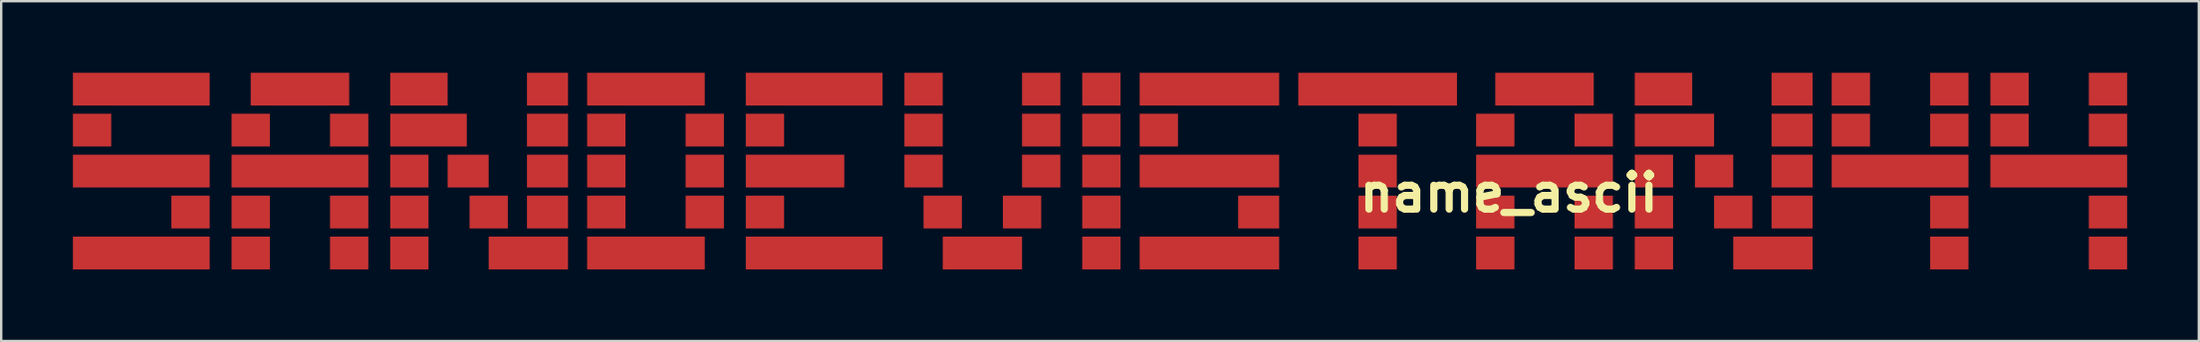
<source format=kicad_pcb>
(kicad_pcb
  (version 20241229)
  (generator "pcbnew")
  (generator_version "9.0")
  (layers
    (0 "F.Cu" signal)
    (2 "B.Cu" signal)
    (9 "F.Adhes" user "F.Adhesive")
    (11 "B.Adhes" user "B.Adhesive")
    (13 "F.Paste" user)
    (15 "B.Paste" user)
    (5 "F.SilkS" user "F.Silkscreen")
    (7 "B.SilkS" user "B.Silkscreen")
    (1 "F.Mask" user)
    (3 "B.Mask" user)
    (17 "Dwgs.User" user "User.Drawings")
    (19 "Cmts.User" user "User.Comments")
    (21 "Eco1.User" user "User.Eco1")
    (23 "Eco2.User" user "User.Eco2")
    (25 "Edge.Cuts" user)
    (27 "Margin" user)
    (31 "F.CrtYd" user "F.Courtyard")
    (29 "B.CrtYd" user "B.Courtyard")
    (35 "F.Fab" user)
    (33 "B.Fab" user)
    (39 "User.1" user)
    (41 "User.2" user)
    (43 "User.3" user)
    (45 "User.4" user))
  (footprint "name_ascii"
    (layer "F.Cu")
    (at 60.068 5.034)
    (property "Reference" "name_ascii" (at 0 0 0) (layer "F.SilkS") (effects (font (size 1.5 1.5) (thickness 0.3))))
    (attr board_only exclude_from_pos_files exclude_from_bom)
    (fp_poly (pts (xy -58.466 -2.632) (xy -58.466 -1.945) (xy -59.267 -1.945) (xy -60.068 -1.945) (xy -60.068 -2.632) (xy -60.068 -3.318) (xy -59.267 -3.318) (xy -58.466 -3.318)) (stroke (width 0) (type solid)) (fill yes) (layer "F.Cu"))
    (fp_poly (pts (xy -54.347 -4.348) (xy -54.347 -3.661) (xy -57.207 -3.661) (xy -60.068 -3.661) (xy -60.068 -4.348) (xy -60.068 -5.034) (xy -57.207 -5.034) (xy -54.347 -5.034)) (stroke (width 0) (type solid)) (fill yes) (layer "F.Cu"))
    (fp_poly (pts (xy -54.347 -0.915) (xy -54.347 -0.229) (xy -57.207 -0.229) (xy -60.068 -0.229) (xy -60.068 -0.915) (xy -60.068 -1.602) (xy -57.207 -1.602) (xy -54.347 -1.602)) (stroke (width 0) (type solid)) (fill yes) (layer "F.Cu"))
    (fp_poly (pts (xy -54.347 0.801) (xy -54.347 1.487) (xy -55.148 1.487) (xy -55.949 1.487) (xy -55.949 0.801) (xy -55.949 0.114) (xy -55.148 0.114) (xy -54.347 0.114)) (stroke (width 0) (type solid)) (fill yes) (layer "F.Cu"))
    (fp_poly (pts (xy -54.347 2.517) (xy -54.347 3.204) (xy -57.207 3.204) (xy -60.068 3.204) (xy -60.068 2.517) (xy -60.068 1.831) (xy -57.207 1.831) (xy -54.347 1.831)) (stroke (width 0) (type solid)) (fill yes) (layer "F.Cu"))
    (fp_poly (pts (xy -51.83 -2.632) (xy -51.83 -1.945) (xy -52.631 -1.945) (xy -53.432 -1.945) (xy -53.432 -2.632) (xy -53.432 -3.318) (xy -52.631 -3.318) (xy -51.83 -3.318)) (stroke (width 0) (type solid)) (fill yes) (layer "F.Cu"))
    (fp_poly (pts (xy -51.83 0.801) (xy -51.83 1.487) (xy -52.631 1.487) (xy -53.432 1.487) (xy -53.432 0.801) (xy -53.432 0.114) (xy -52.631 0.114) (xy -51.83 0.114)) (stroke (width 0) (type solid)) (fill yes) (layer "F.Cu"))
    (fp_poly (pts (xy -51.83 2.517) (xy -51.83 3.204) (xy -52.631 3.204) (xy -53.432 3.204) (xy -53.432 2.517) (xy -53.432 1.831) (xy -52.631 1.831) (xy -51.83 1.831)) (stroke (width 0) (type solid)) (fill yes) (layer "F.Cu"))
    (fp_poly (pts (xy -48.512 -4.348) (xy -48.512 -3.661) (xy -50.571 -3.661) (xy -52.631 -3.661) (xy -52.631 -4.348) (xy -52.631 -5.034) (xy -50.571 -5.034) (xy -48.512 -5.034)) (stroke (width 0) (type solid)) (fill yes) (layer "F.Cu"))
    (fp_poly (pts (xy -47.711 -2.632) (xy -47.711 -1.945) (xy -48.512 -1.945) (xy -49.313 -1.945) (xy -49.313 -2.632) (xy -49.313 -3.318) (xy -48.512 -3.318) (xy -47.711 -3.318)) (stroke (width 0) (type solid)) (fill yes) (layer "F.Cu"))
    (fp_poly (pts (xy -47.711 -0.915) (xy -47.711 -0.229) (xy -50.571 -0.229) (xy -53.432 -0.229) (xy -53.432 -0.915) (xy -53.432 -1.602) (xy -50.571 -1.602) (xy -47.711 -1.602)) (stroke (width 0) (type solid)) (fill yes) (layer "F.Cu"))
    (fp_poly (pts (xy -47.711 0.801) (xy -47.711 1.487) (xy -48.512 1.487) (xy -49.313 1.487) (xy -49.313 0.801) (xy -49.313 0.114) (xy -48.512 0.114) (xy -47.711 0.114)) (stroke (width 0) (type solid)) (fill yes) (layer "F.Cu"))
    (fp_poly (pts (xy -47.711 2.517) (xy -47.711 3.204) (xy -48.512 3.204) (xy -49.313 3.204) (xy -49.313 2.517) (xy -49.313 1.831) (xy -48.512 1.831) (xy -47.711 1.831)) (stroke (width 0) (type solid)) (fill yes) (layer "F.Cu"))
    (fp_poly (pts (xy -45.194 -0.915) (xy -45.194 -0.229) (xy -45.995 -0.229) (xy -46.795 -0.229) (xy -46.795 -0.915) (xy -46.795 -1.602) (xy -45.995 -1.602) (xy -45.194 -1.602)) (stroke (width 0) (type solid)) (fill yes) (layer "F.Cu"))
    (fp_poly (pts (xy -45.194 0.801) (xy -45.194 1.487) (xy -45.995 1.487) (xy -46.795 1.487) (xy -46.795 0.801) (xy -46.795 0.114) (xy -45.995 0.114) (xy -45.194 0.114)) (stroke (width 0) (type solid)) (fill yes) (layer "F.Cu"))
    (fp_poly (pts (xy -45.194 2.517) (xy -45.194 3.204) (xy -45.995 3.204) (xy -46.795 3.204) (xy -46.795 2.517) (xy -46.795 1.831) (xy -45.995 1.831) (xy -45.194 1.831)) (stroke (width 0) (type solid)) (fill yes) (layer "F.Cu"))
    (fp_poly (pts (xy -44.393 -4.348) (xy -44.393 -3.661) (xy -45.594 -3.661) (xy -46.795 -3.661) (xy -46.795 -4.348) (xy -46.795 -5.034) (xy -45.594 -5.034) (xy -44.393 -5.034)) (stroke (width 0) (type solid)) (fill yes) (layer "F.Cu"))
    (fp_poly (pts (xy -43.592 -2.632) (xy -43.592 -1.945) (xy -45.194 -1.945) (xy -46.795 -1.945) (xy -46.795 -2.632) (xy -46.795 -3.318) (xy -45.194 -3.318) (xy -43.592 -3.318)) (stroke (width 0) (type solid)) (fill yes) (layer "F.Cu"))
    (fp_poly (pts (xy -42.677 -0.915) (xy -42.677 -0.229) (xy -43.535 -0.229) (xy -44.393 -0.229) (xy -44.393 -0.915) (xy -44.393 -1.602) (xy -43.535 -1.602) (xy -42.677 -1.602)) (stroke (width 0) (type solid)) (fill yes) (layer "F.Cu"))
    (fp_poly (pts (xy -41.876 0.801) (xy -41.876 1.487) (xy -42.677 1.487) (xy -43.477 1.487) (xy -43.477 0.801) (xy -43.477 0.114) (xy -42.677 0.114) (xy -41.876 0.114)) (stroke (width 0) (type solid)) (fill yes) (layer "F.Cu"))
    (fp_poly (pts (xy -39.359 -4.348) (xy -39.359 -3.661) (xy -40.217 -3.661) (xy -41.075 -3.661) (xy -41.075 -4.348) (xy -41.075 -5.034) (xy -40.217 -5.034) (xy -39.359 -5.034)) (stroke (width 0) (type solid)) (fill yes) (layer "F.Cu"))
    (fp_poly (pts (xy -39.359 -2.632) (xy -39.359 -1.945) (xy -40.217 -1.945) (xy -41.075 -1.945) (xy -41.075 -2.632) (xy -41.075 -3.318) (xy -40.217 -3.318) (xy -39.359 -3.318)) (stroke (width 0) (type solid)) (fill yes) (layer "F.Cu"))
    (fp_poly (pts (xy -39.359 -0.915) (xy -39.359 -0.229) (xy -40.217 -0.229) (xy -41.075 -0.229) (xy -41.075 -0.915) (xy -41.075 -1.602) (xy -40.217 -1.602) (xy -39.359 -1.602)) (stroke (width 0) (type solid)) (fill yes) (layer "F.Cu"))
    (fp_poly (pts (xy -39.359 0.801) (xy -39.359 1.487) (xy -40.217 1.487) (xy -41.075 1.487) (xy -41.075 0.801) (xy -41.075 0.114) (xy -40.217 0.114) (xy -39.359 0.114)) (stroke (width 0) (type solid)) (fill yes) (layer "F.Cu"))
    (fp_poly (pts (xy -39.359 2.517) (xy -39.359 3.204) (xy -41.018 3.204) (xy -42.677 3.204) (xy -42.677 2.517) (xy -42.677 1.831) (xy -41.018 1.831) (xy -39.359 1.831)) (stroke (width 0) (type solid)) (fill yes) (layer "F.Cu"))
    (fp_poly (pts (xy -36.956 -2.632) (xy -36.956 -1.945) (xy -37.757 -1.945) (xy -38.558 -1.945) (xy -38.558 -2.632) (xy -38.558 -3.318) (xy -37.757 -3.318) (xy -36.956 -3.318)) (stroke (width 0) (type solid)) (fill yes) (layer "F.Cu"))
    (fp_poly (pts (xy -36.956 -0.915) (xy -36.956 -0.229) (xy -37.757 -0.229) (xy -38.558 -0.229) (xy -38.558 -0.915) (xy -38.558 -1.602) (xy -37.757 -1.602) (xy -36.956 -1.602)) (stroke (width 0) (type solid)) (fill yes) (layer "F.Cu"))
    (fp_poly (pts (xy -36.956 0.801) (xy -36.956 1.487) (xy -37.757 1.487) (xy -38.558 1.487) (xy -38.558 0.801) (xy -38.558 0.114) (xy -37.757 0.114) (xy -36.956 0.114)) (stroke (width 0) (type solid)) (fill yes) (layer "F.Cu"))
    (fp_poly (pts (xy -33.638 -4.348) (xy -33.638 -3.661) (xy -36.098 -3.661) (xy -38.558 -3.661) (xy -38.558 -4.348) (xy -38.558 -5.034) (xy -36.098 -5.034) (xy -33.638 -5.034)) (stroke (width 0) (type solid)) (fill yes) (layer "F.Cu"))
    (fp_poly (pts (xy -33.638 2.517) (xy -33.638 3.204) (xy -36.098 3.204) (xy -38.558 3.204) (xy -38.558 2.517) (xy -38.558 1.831) (xy -36.098 1.831) (xy -33.638 1.831)) (stroke (width 0) (type solid)) (fill yes) (layer "F.Cu"))
    (fp_poly (pts (xy -32.837 -2.632) (xy -32.837 -1.945) (xy -33.638 -1.945) (xy -34.439 -1.945) (xy -34.439 -2.632) (xy -34.439 -3.318) (xy -33.638 -3.318) (xy -32.837 -3.318)) (stroke (width 0) (type solid)) (fill yes) (layer "F.Cu"))
    (fp_poly (pts (xy -32.837 -0.915) (xy -32.837 -0.229) (xy -33.638 -0.229) (xy -34.439 -0.229) (xy -34.439 -0.915) (xy -34.439 -1.602) (xy -33.638 -1.602) (xy -32.837 -1.602)) (stroke (width 0) (type solid)) (fill yes) (layer "F.Cu"))
    (fp_poly (pts (xy -32.837 0.801) (xy -32.837 1.487) (xy -33.638 1.487) (xy -34.439 1.487) (xy -34.439 0.801) (xy -34.439 0.114) (xy -33.638 0.114) (xy -32.837 0.114)) (stroke (width 0) (type solid)) (fill yes) (layer "F.Cu"))
    (fp_poly (pts (xy -30.32 -2.632) (xy -30.32 -1.945) (xy -31.121 -1.945) (xy -31.922 -1.945) (xy -31.922 -2.632) (xy -31.922 -3.318) (xy -31.121 -3.318) (xy -30.32 -3.318)) (stroke (width 0) (type solid)) (fill yes) (layer "F.Cu"))
    (fp_poly (pts (xy -30.32 0.801) (xy -30.32 1.487) (xy -31.121 1.487) (xy -31.922 1.487) (xy -31.922 0.801) (xy -31.922 0.114) (xy -31.121 0.114) (xy -30.32 0.114)) (stroke (width 0) (type solid)) (fill yes) (layer "F.Cu"))
    (fp_poly (pts (xy -27.803 -0.915) (xy -27.803 -0.229) (xy -29.862 -0.229) (xy -31.922 -0.229) (xy -31.922 -0.915) (xy -31.922 -1.602) (xy -29.862 -1.602) (xy -27.803 -1.602)) (stroke (width 0) (type solid)) (fill yes) (layer "F.Cu"))
    (fp_poly (pts (xy -26.201 -4.348) (xy -26.201 -3.661) (xy -29.061 -3.661) (xy -31.922 -3.661) (xy -31.922 -4.348) (xy -31.922 -5.034) (xy -29.061 -5.034) (xy -26.201 -5.034)) (stroke (width 0) (type solid)) (fill yes) (layer "F.Cu"))
    (fp_poly (pts (xy -26.201 2.517) (xy -26.201 3.204) (xy -29.061 3.204) (xy -31.922 3.204) (xy -31.922 2.517) (xy -31.922 1.831) (xy -29.061 1.831) (xy -26.201 1.831)) (stroke (width 0) (type solid)) (fill yes) (layer "F.Cu"))
    (fp_poly (pts (xy -23.684 -4.348) (xy -23.684 -3.661) (xy -24.485 -3.661) (xy -25.286 -3.661) (xy -25.286 -4.348) (xy -25.286 -5.034) (xy -24.485 -5.034) (xy -23.684 -5.034)) (stroke (width 0) (type solid)) (fill yes) (layer "F.Cu"))
    (fp_poly (pts (xy -23.684 -2.632) (xy -23.684 -1.945) (xy -24.485 -1.945) (xy -25.286 -1.945) (xy -25.286 -2.632) (xy -25.286 -3.318) (xy -24.485 -3.318) (xy -23.684 -3.318)) (stroke (width 0) (type solid)) (fill yes) (layer "F.Cu"))
    (fp_poly (pts (xy -23.684 -0.915) (xy -23.684 -0.229) (xy -24.485 -0.229) (xy -25.286 -0.229) (xy -25.286 -0.915) (xy -25.286 -1.602) (xy -24.485 -1.602) (xy -23.684 -1.602)) (stroke (width 0) (type solid)) (fill yes) (layer "F.Cu"))
    (fp_poly (pts (xy -22.883 0.801) (xy -22.883 1.487) (xy -23.684 1.487) (xy -24.485 1.487) (xy -24.485 0.801) (xy -24.485 0.114) (xy -23.684 0.114) (xy -22.883 0.114)) (stroke (width 0) (type solid)) (fill yes) (layer "F.Cu"))
    (fp_poly (pts (xy -20.366 2.517) (xy -20.366 3.204) (xy -22.025 3.204) (xy -23.684 3.204) (xy -23.684 2.517) (xy -23.684 1.831) (xy -22.025 1.831) (xy -20.366 1.831)) (stroke (width 0) (type solid)) (fill yes) (layer "F.Cu"))
    (fp_poly (pts (xy -19.565 0.801) (xy -19.565 1.487) (xy -20.366 1.487) (xy -21.167 1.487) (xy -21.167 0.801) (xy -21.167 0.114) (xy -20.366 0.114) (xy -19.565 0.114)) (stroke (width 0) (type solid)) (fill yes) (layer "F.Cu"))
    (fp_poly (pts (xy -18.764 -4.348) (xy -18.764 -3.661) (xy -19.565 -3.661) (xy -20.366 -3.661) (xy -20.366 -4.348) (xy -20.366 -5.034) (xy -19.565 -5.034) (xy -18.764 -5.034)) (stroke (width 0) (type solid)) (fill yes) (layer "F.Cu"))
    (fp_poly (pts (xy -18.764 -2.632) (xy -18.764 -1.945) (xy -19.565 -1.945) (xy -20.366 -1.945) (xy -20.366 -2.632) (xy -20.366 -3.318) (xy -19.565 -3.318) (xy -18.764 -3.318)) (stroke (width 0) (type solid)) (fill yes) (layer "F.Cu"))
    (fp_poly (pts (xy -18.764 -0.915) (xy -18.764 -0.229) (xy -19.565 -0.229) (xy -20.366 -0.229) (xy -20.366 -0.915) (xy -20.366 -1.602) (xy -19.565 -1.602) (xy -18.764 -1.602)) (stroke (width 0) (type solid)) (fill yes) (layer "F.Cu"))
    (fp_poly (pts (xy -16.247 -4.348) (xy -16.247 -3.661) (xy -17.048 -3.661) (xy -17.849 -3.661) (xy -17.849 -4.348) (xy -17.849 -5.034) (xy -17.048 -5.034) (xy -16.247 -5.034)) (stroke (width 0) (type solid)) (fill yes) (layer "F.Cu"))
    (fp_poly (pts (xy -16.247 -2.632) (xy -16.247 -1.945) (xy -17.048 -1.945) (xy -17.849 -1.945) (xy -17.849 -2.632) (xy -17.849 -3.318) (xy -17.048 -3.318) (xy -16.247 -3.318)) (stroke (width 0) (type solid)) (fill yes) (layer "F.Cu"))
    (fp_poly (pts (xy -16.247 -0.915) (xy -16.247 -0.229) (xy -17.048 -0.229) (xy -17.849 -0.229) (xy -17.849 -0.915) (xy -17.849 -1.602) (xy -17.048 -1.602) (xy -16.247 -1.602)) (stroke (width 0) (type solid)) (fill yes) (layer "F.Cu"))
    (fp_poly (pts (xy -16.247 0.801) (xy -16.247 1.487) (xy -17.048 1.487) (xy -17.849 1.487) (xy -17.849 0.801) (xy -17.849 0.114) (xy -17.048 0.114) (xy -16.247 0.114)) (stroke (width 0) (type solid)) (fill yes) (layer "F.Cu"))
    (fp_poly (pts (xy -16.247 2.517) (xy -16.247 3.204) (xy -17.048 3.204) (xy -17.849 3.204) (xy -17.849 2.517) (xy -17.849 1.831) (xy -17.048 1.831) (xy -16.247 1.831)) (stroke (width 0) (type solid)) (fill yes) (layer "F.Cu"))
    (fp_poly (pts (xy -13.844 -2.632) (xy -13.844 -1.945) (xy -14.645 -1.945) (xy -15.446 -1.945) (xy -15.446 -2.632) (xy -15.446 -3.318) (xy -14.645 -3.318) (xy -13.844 -3.318)) (stroke (width 0) (type solid)) (fill yes) (layer "F.Cu"))
    (fp_poly (pts (xy -9.611 -4.348) (xy -9.611 -3.661) (xy -12.528 -3.661) (xy -15.446 -3.661) (xy -15.446 -4.348) (xy -15.446 -5.034) (xy -12.528 -5.034) (xy -9.611 -5.034)) (stroke (width 0) (type solid)) (fill yes) (layer "F.Cu"))
    (fp_poly (pts (xy -9.611 -0.915) (xy -9.611 -0.229) (xy -12.528 -0.229) (xy -15.446 -0.229) (xy -15.446 -0.915) (xy -15.446 -1.602) (xy -12.528 -1.602) (xy -9.611 -1.602)) (stroke (width 0) (type solid)) (fill yes) (layer "F.Cu"))
    (fp_poly (pts (xy -9.611 0.801) (xy -9.611 1.487) (xy -10.469 1.487) (xy -11.327 1.487) (xy -11.327 0.801) (xy -11.327 0.114) (xy -10.469 0.114) (xy -9.611 0.114)) (stroke (width 0) (type solid)) (fill yes) (layer "F.Cu"))
    (fp_poly (pts (xy -9.611 2.517) (xy -9.611 3.204) (xy -12.528 3.204) (xy -15.446 3.204) (xy -15.446 2.517) (xy -15.446 1.831) (xy -12.528 1.831) (xy -9.611 1.831)) (stroke (width 0) (type solid)) (fill yes) (layer "F.Cu"))
    (fp_poly (pts (xy -4.691 -2.632) (xy -4.691 -1.945) (xy -5.492 -1.945) (xy -6.293 -1.945) (xy -6.293 -2.632) (xy -6.293 -3.318) (xy -5.492 -3.318) (xy -4.691 -3.318)) (stroke (width 0) (type solid)) (fill yes) (layer "F.Cu"))
    (fp_poly (pts (xy -4.691 -0.915) (xy -4.691 -0.229) (xy -5.492 -0.229) (xy -6.293 -0.229) (xy -6.293 -0.915) (xy -6.293 -1.602) (xy -5.492 -1.602) (xy -4.691 -1.602)) (stroke (width 0) (type solid)) (fill yes) (layer "F.Cu"))
    (fp_poly (pts (xy -4.691 0.801) (xy -4.691 1.487) (xy -5.492 1.487) (xy -6.293 1.487) (xy -6.293 0.801) (xy -6.293 0.114) (xy -5.492 0.114) (xy -4.691 0.114)) (stroke (width 0) (type solid)) (fill yes) (layer "F.Cu"))
    (fp_poly (pts (xy -4.691 2.517) (xy -4.691 3.204) (xy -5.492 3.204) (xy -6.293 3.204) (xy -6.293 2.517) (xy -6.293 1.831) (xy -5.492 1.831) (xy -4.691 1.831)) (stroke (width 0) (type solid)) (fill yes) (layer "F.Cu"))
    (fp_poly (pts (xy -2.174 -4.348) (xy -2.174 -3.661) (xy -5.492 -3.661) (xy -8.81 -3.661) (xy -8.81 -4.348) (xy -8.81 -5.034) (xy -5.492 -5.034) (xy -2.174 -5.034)) (stroke (width 0) (type solid)) (fill yes) (layer "F.Cu"))
    (fp_poly (pts (xy 0.229 -2.632) (xy 0.229 -1.945) (xy -0.572 -1.945) (xy -1.373 -1.945) (xy -1.373 -2.632) (xy -1.373 -3.318) (xy -0.572 -3.318) (xy 0.229 -3.318)) (stroke (width 0) (type solid)) (fill yes) (layer "F.Cu"))
    (fp_poly (pts (xy 0.229 0.801) (xy 0.229 1.487) (xy -0.572 1.487) (xy -1.373 1.487) (xy -1.373 0.801) (xy -1.373 0.114) (xy -0.572 0.114) (xy 0.229 0.114)) (stroke (width 0) (type solid)) (fill yes) (layer "F.Cu"))
    (fp_poly (pts (xy 0.229 2.517) (xy 0.229 3.204) (xy -0.572 3.204) (xy -1.373 3.204) (xy -1.373 2.517) (xy -1.373 1.831) (xy -0.572 1.831) (xy 0.229 1.831)) (stroke (width 0) (type solid)) (fill yes) (layer "F.Cu"))
    (fp_poly (pts (xy 3.547 -4.348) (xy 3.547 -3.661) (xy 1.487 -3.661) (xy -0.572 -3.661) (xy -0.572 -4.348) (xy -0.572 -5.034) (xy 1.487 -5.034) (xy 3.547 -5.034)) (stroke (width 0) (type solid)) (fill yes) (layer "F.Cu"))
    (fp_poly (pts (xy 4.348 -2.632) (xy 4.348 -1.945) (xy 3.547 -1.945) (xy 2.746 -1.945) (xy 2.746 -2.632) (xy 2.746 -3.318) (xy 3.547 -3.318) (xy 4.348 -3.318)) (stroke (width 0) (type solid)) (fill yes) (layer "F.Cu"))
    (fp_poly (pts (xy 4.348 -0.915) (xy 4.348 -0.229) (xy 1.487 -0.229) (xy -1.373 -0.229) (xy -1.373 -0.915) (xy -1.373 -1.602) (xy 1.487 -1.602) (xy 4.348 -1.602)) (stroke (width 0) (type solid)) (fill yes) (layer "F.Cu"))
    (fp_poly (pts (xy 4.348 0.801) (xy 4.348 1.487) (xy 3.547 1.487) (xy 2.746 1.487) (xy 2.746 0.801) (xy 2.746 0.114) (xy 3.547 0.114) (xy 4.348 0.114)) (stroke (width 0) (type solid)) (fill yes) (layer "F.Cu"))
    (fp_poly (pts (xy 4.348 2.517) (xy 4.348 3.204) (xy 3.547 3.204) (xy 2.746 3.204) (xy 2.746 2.517) (xy 2.746 1.831) (xy 3.547 1.831) (xy 4.348 1.831)) (stroke (width 0) (type solid)) (fill yes) (layer "F.Cu"))
    (fp_poly (pts (xy 6.865 -0.915) (xy 6.865 -0.229) (xy 6.064 -0.229) (xy 5.263 -0.229) (xy 5.263 -0.915) (xy 5.263 -1.602) (xy 6.064 -1.602) (xy 6.865 -1.602)) (stroke (width 0) (type solid)) (fill yes) (layer "F.Cu"))
    (fp_poly (pts (xy 6.865 0.801) (xy 6.865 1.487) (xy 6.064 1.487) (xy 5.263 1.487) (xy 5.263 0.801) (xy 5.263 0.114) (xy 6.064 0.114) (xy 6.865 0.114)) (stroke (width 0) (type solid)) (fill yes) (layer "F.Cu"))
    (fp_poly (pts (xy 6.865 2.517) (xy 6.865 3.204) (xy 6.064 3.204) (xy 5.263 3.204) (xy 5.263 2.517) (xy 5.263 1.831) (xy 6.064 1.831) (xy 6.865 1.831)) (stroke (width 0) (type solid)) (fill yes) (layer "F.Cu"))
    (fp_poly (pts (xy 7.666 -4.348) (xy 7.666 -3.661) (xy 6.464 -3.661) (xy 5.263 -3.661) (xy 5.263 -4.348) (xy 5.263 -5.034) (xy 6.464 -5.034) (xy 7.666 -5.034)) (stroke (width 0) (type solid)) (fill yes) (layer "F.Cu"))
    (fp_poly (pts (xy 8.581 -2.632) (xy 8.581 -1.945) (xy 6.922 -1.945) (xy 5.263 -1.945) (xy 5.263 -2.632) (xy 5.263 -3.318) (xy 6.922 -3.318) (xy 8.581 -3.318)) (stroke (width 0) (type solid)) (fill yes) (layer "F.Cu"))
    (fp_poly (pts (xy 9.382 -0.915) (xy 9.382 -0.229) (xy 8.581 -0.229) (xy 7.78 -0.229) (xy 7.78 -0.915) (xy 7.78 -1.602) (xy 8.581 -1.602) (xy 9.382 -1.602)) (stroke (width 0) (type solid)) (fill yes) (layer "F.Cu"))
    (fp_poly (pts (xy 10.183 0.801) (xy 10.183 1.487) (xy 9.382 1.487) (xy 8.581 1.487) (xy 8.581 0.801) (xy 8.581 0.114) (xy 9.382 0.114) (xy 10.183 0.114)) (stroke (width 0) (type solid)) (fill yes) (layer "F.Cu"))
    (fp_poly (pts (xy 12.7 -4.348) (xy 12.7 -3.661) (xy 11.842 -3.661) (xy 10.984 -3.661) (xy 10.984 -4.348) (xy 10.984 -5.034) (xy 11.842 -5.034) (xy 12.7 -5.034)) (stroke (width 0) (type solid)) (fill yes) (layer "F.Cu"))
    (fp_poly (pts (xy 12.7 -2.632) (xy 12.7 -1.945) (xy 11.842 -1.945) (xy 10.984 -1.945) (xy 10.984 -2.632) (xy 10.984 -3.318) (xy 11.842 -3.318) (xy 12.7 -3.318)) (stroke (width 0) (type solid)) (fill yes) (layer "F.Cu"))
    (fp_poly (pts (xy 12.7 -0.915) (xy 12.7 -0.229) (xy 11.842 -0.229) (xy 10.984 -0.229) (xy 10.984 -0.915) (xy 10.984 -1.602) (xy 11.842 -1.602) (xy 12.7 -1.602)) (stroke (width 0) (type solid)) (fill yes) (layer "F.Cu"))
    (fp_poly (pts (xy 12.7 0.801) (xy 12.7 1.487) (xy 11.842 1.487) (xy 10.984 1.487) (xy 10.984 0.801) (xy 10.984 0.114) (xy 11.842 0.114) (xy 12.7 0.114)) (stroke (width 0) (type solid)) (fill yes) (layer "F.Cu"))
    (fp_poly (pts (xy 12.7 2.517) (xy 12.7 3.204) (xy 11.041 3.204) (xy 9.382 3.204) (xy 9.382 2.517) (xy 9.382 1.831) (xy 11.041 1.831) (xy 12.7 1.831)) (stroke (width 0) (type solid)) (fill yes) (layer "F.Cu"))
    (fp_poly (pts (xy 15.103 -4.348) (xy 15.103 -3.661) (xy 14.302 -3.661) (xy 13.501 -3.661) (xy 13.501 -4.348) (xy 13.501 -5.034) (xy 14.302 -5.034) (xy 15.103 -5.034)) (stroke (width 0) (type solid)) (fill yes) (layer "F.Cu"))
    (fp_poly (pts (xy 15.103 -2.632) (xy 15.103 -1.945) (xy 14.302 -1.945) (xy 13.501 -1.945) (xy 13.501 -2.632) (xy 13.501 -3.318) (xy 14.302 -3.318) (xy 15.103 -3.318)) (stroke (width 0) (type solid)) (fill yes) (layer "F.Cu"))
    (fp_poly (pts (xy 19.222 -4.348) (xy 19.222 -3.661) (xy 18.421 -3.661) (xy 17.62 -3.661) (xy 17.62 -4.348) (xy 17.62 -5.034) (xy 18.421 -5.034) (xy 19.222 -5.034)) (stroke (width 0) (type solid)) (fill yes) (layer "F.Cu"))
    (fp_poly (pts (xy 19.222 -2.632) (xy 19.222 -1.945) (xy 18.421 -1.945) (xy 17.62 -1.945) (xy 17.62 -2.632) (xy 17.62 -3.318) (xy 18.421 -3.318) (xy 19.222 -3.318)) (stroke (width 0) (type solid)) (fill yes) (layer "F.Cu"))
    (fp_poly (pts (xy 19.222 -0.915) (xy 19.222 -0.229) (xy 16.361 -0.229) (xy 13.501 -0.229) (xy 13.501 -0.915) (xy 13.501 -1.602) (xy 16.361 -1.602) (xy 19.222 -1.602)) (stroke (width 0) (type solid)) (fill yes) (layer "F.Cu"))
    (fp_poly (pts (xy 19.222 0.801) (xy 19.222 1.487) (xy 18.421 1.487) (xy 17.62 1.487) (xy 17.62 0.801) (xy 17.62 0.114) (xy 18.421 0.114) (xy 19.222 0.114)) (stroke (width 0) (type solid)) (fill yes) (layer "F.Cu"))
    (fp_poly (pts (xy 19.222 2.517) (xy 19.222 3.204) (xy 18.421 3.204) (xy 17.62 3.204) (xy 17.62 2.517) (xy 17.62 1.831) (xy 18.421 1.831) (xy 19.222 1.831)) (stroke (width 0) (type solid)) (fill yes) (layer "F.Cu"))
    (fp_poly (pts (xy 21.739 -4.348) (xy 21.739 -3.661) (xy 20.938 -3.661) (xy 20.137 -3.661) (xy 20.137 -4.348) (xy 20.137 -5.034) (xy 20.938 -5.034) (xy 21.739 -5.034)) (stroke (width 0) (type solid)) (fill yes) (layer "F.Cu"))
    (fp_poly (pts (xy 21.739 -2.632) (xy 21.739 -1.945) (xy 20.938 -1.945) (xy 20.137 -1.945) (xy 20.137 -2.632) (xy 20.137 -3.318) (xy 20.938 -3.318) (xy 21.739 -3.318)) (stroke (width 0) (type solid)) (fill yes) (layer "F.Cu"))
    (fp_poly (pts (xy 25.858 -4.348) (xy 25.858 -3.661) (xy 25.057 -3.661) (xy 24.256 -3.661) (xy 24.256 -4.348) (xy 24.256 -5.034) (xy 25.057 -5.034) (xy 25.858 -5.034)) (stroke (width 0) (type solid)) (fill yes) (layer "F.Cu"))
    (fp_poly (pts (xy 25.858 -2.632) (xy 25.858 -1.945) (xy 25.057 -1.945) (xy 24.256 -1.945) (xy 24.256 -2.632) (xy 24.256 -3.318) (xy 25.057 -3.318) (xy 25.858 -3.318)) (stroke (width 0) (type solid)) (fill yes) (layer "F.Cu"))
    (fp_poly (pts (xy 25.858 -0.915) (xy 25.858 -0.229) (xy 22.997 -0.229) (xy 20.137 -0.229) (xy 20.137 -0.915) (xy 20.137 -1.602) (xy 22.997 -1.602) (xy 25.858 -1.602)) (stroke (width 0) (type solid)) (fill yes) (layer "F.Cu"))
    (fp_poly (pts (xy 25.858 0.801) (xy 25.858 1.487) (xy 25.057 1.487) (xy 24.256 1.487) (xy 24.256 0.801) (xy 24.256 0.114) (xy 25.057 0.114) (xy 25.858 0.114)) (stroke (width 0) (type solid)) (fill yes) (layer "F.Cu"))
    (fp_poly (pts (xy 25.858 2.517) (xy 25.858 3.204) (xy 25.057 3.204) (xy 24.256 3.204) (xy 24.256 2.517) (xy 24.256 1.831) (xy 25.057 1.831) (xy 25.858 1.831)) (stroke (width 0) (type solid)) (fill yes) (layer "F.Cu")))
  (gr_rect
    (start -3 -3)
    (end 88.925 11.238)
    (stroke (width 0.1) (type default))
    (fill no)
    (layer "Edge.Cuts")))
</source>
